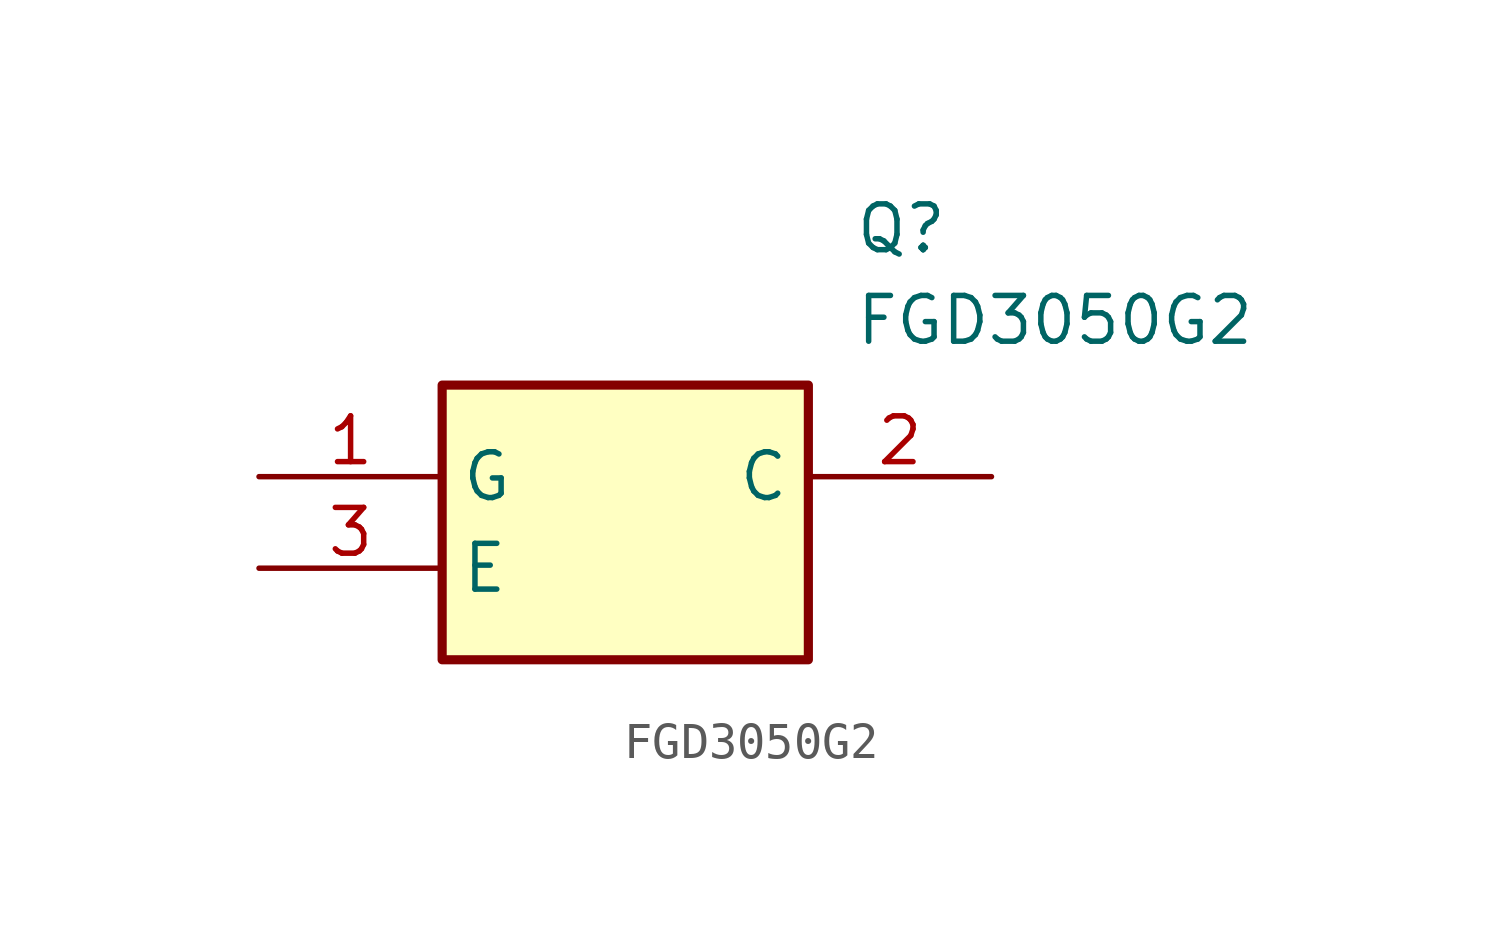
<source format=kicad_sym>
(kicad_symbol_lib
  (version 20241209)
  (generator "kicad_symbol_editor")
  (generator_version "9.0")
  (symbol "FGD3050G2"
    (property "Reference" "Q"
      (at 16.51 7.62 0)
      (effects (font (size 1.27 1.27)) (justify left top)))
    (property "Value" "FGD3050G2"
      (at 16.51 5.08 0)
      (effects (font (size 1.27 1.27)) (justify left top)))
    (symbol "FGD3050G2_1_1"
      (rectangle (start 5.08 2.54) (end 15.24 -5.08) (stroke (width 0.254) (type default)) (fill (type background)))
      (pin passive line (at 0 0 0) (length 5.08) (name "G" (effects (font (size 1.27 1.27)))) (number "1" (effects (font (size 1.27 1.27)))))
      (pin passive line (at 0 -2.54 0) (length 5.08) (name "E" (effects (font (size 1.27 1.27)))) (number "3" (effects (font (size 1.27 1.27)))))
      (pin passive line (at 20.32 0 180) (length 5.08) (name "C" (effects (font (size 1.27 1.27)))) (number "2" (effects (font (size 1.27 1.27))))))))
</source>
